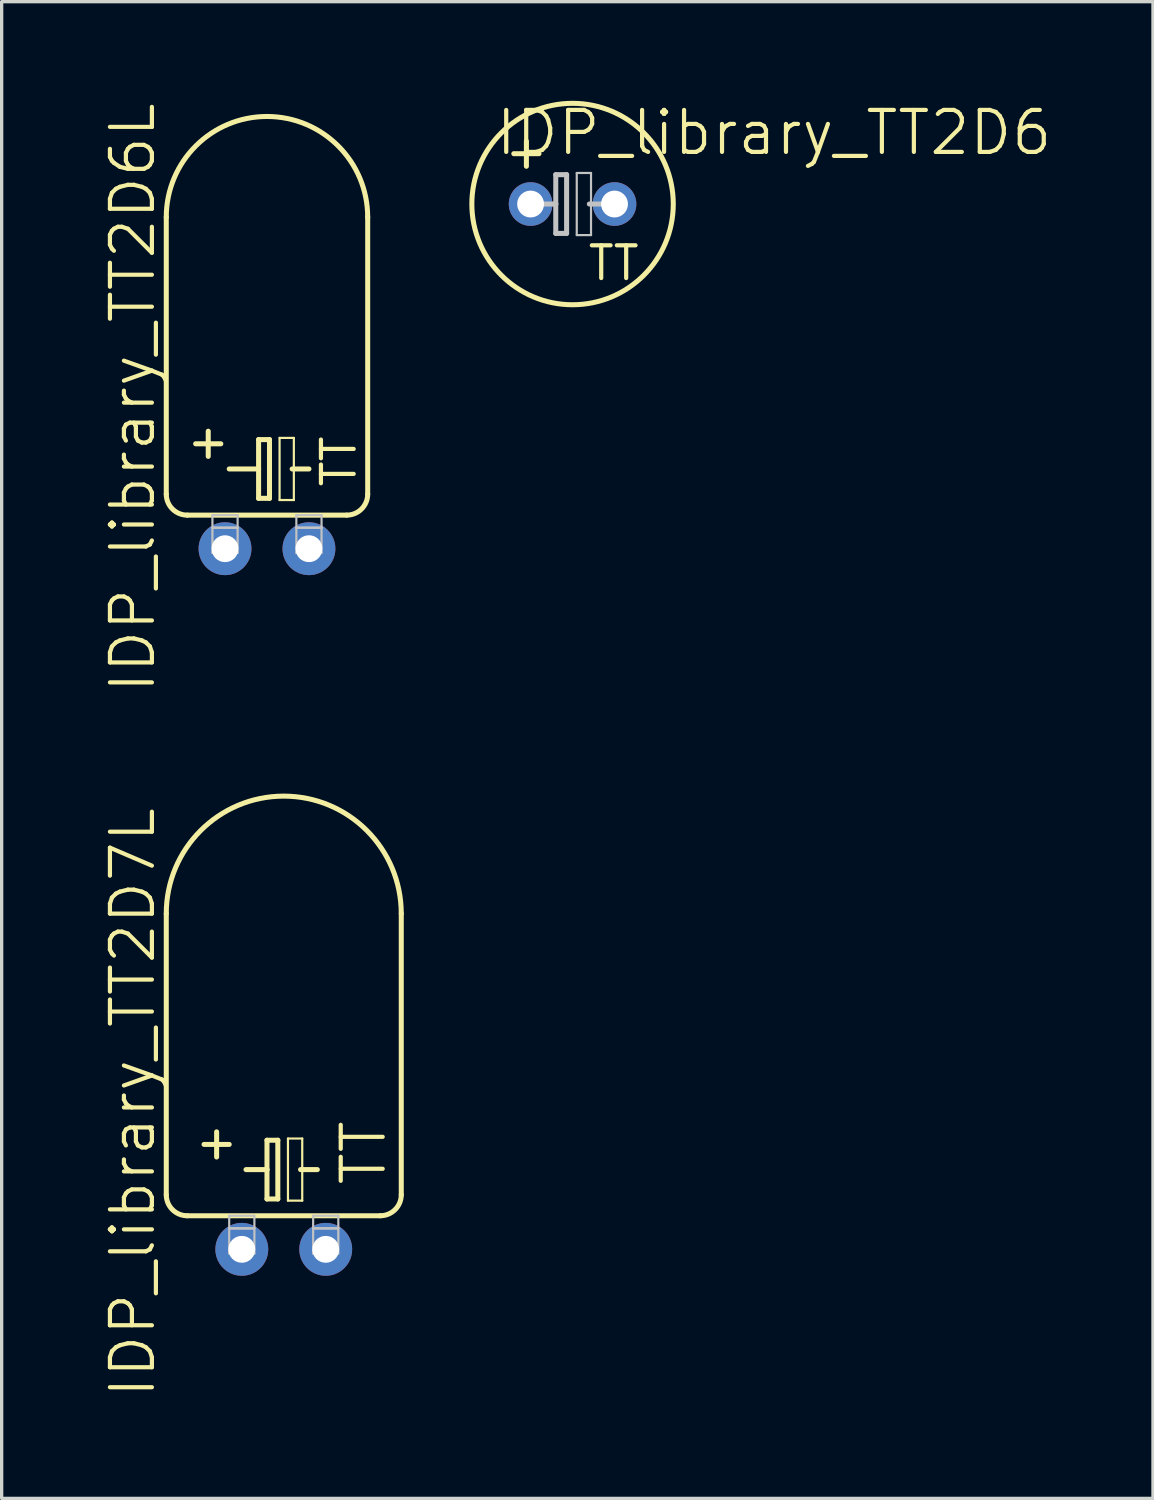
<source format=kicad_pcb>
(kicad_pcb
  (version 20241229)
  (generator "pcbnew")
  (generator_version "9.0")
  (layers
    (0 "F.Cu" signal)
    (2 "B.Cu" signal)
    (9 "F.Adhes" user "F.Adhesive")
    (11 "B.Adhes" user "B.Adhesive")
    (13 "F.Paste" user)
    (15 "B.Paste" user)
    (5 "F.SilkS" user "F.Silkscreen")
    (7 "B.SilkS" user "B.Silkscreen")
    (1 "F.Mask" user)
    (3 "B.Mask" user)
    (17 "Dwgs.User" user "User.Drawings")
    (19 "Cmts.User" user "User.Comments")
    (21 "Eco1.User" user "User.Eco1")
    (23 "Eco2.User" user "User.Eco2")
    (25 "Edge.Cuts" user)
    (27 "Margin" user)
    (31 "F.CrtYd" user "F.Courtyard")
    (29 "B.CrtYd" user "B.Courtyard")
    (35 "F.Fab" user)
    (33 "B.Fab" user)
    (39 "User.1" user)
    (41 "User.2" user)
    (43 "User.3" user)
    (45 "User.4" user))
  (footprint "IDP_library_TT2D7L"
    (layer "F.Cu")
    (at 4.268 34.76)
    (property "Reference" "IDP_library_TT2D7L" (at -3.302 -4.445 90) (layer "F.SilkS") (effects (font (size 1.27 1.27) (thickness 0.127))))
    (attr exclude_from_pos_files exclude_from_bom)
    (fp_line (start -2.286 -10.16) (end -2.286 -1.651) (stroke (width 0.152) (type solid)) (layer "F.SilkS"))
    (fp_line (start -1.651 -1.016) (end 4.191 -1.016) (stroke (width 0.152) (type solid)) (layer "F.SilkS"))
    (fp_line (start -1.143 -3.175) (end -0.381 -3.175) (stroke (width 0.152) (type solid)) (layer "F.SilkS"))
    (fp_line (start -0.762 -2.794) (end -0.762 -3.556) (stroke (width 0.152) (type solid)) (layer "F.SilkS"))
    (fp_line (start 0.127 -2.413) (end 0.762 -2.413) (stroke (width 0.152) (type solid)) (layer "F.SilkS"))
    (fp_line (start 0.762 -3.302) (end 0.762 -2.413) (stroke (width 0.152) (type solid)) (layer "F.SilkS"))
    (fp_line (start 0.762 -2.413) (end 0.762 -1.524) (stroke (width 0.152) (type solid)) (layer "F.SilkS"))
    (fp_line (start 0.762 -1.524) (end 1.09 -1.524) (stroke (width 0.152) (type solid)) (layer "F.SilkS"))
    (fp_line (start 1.09 -3.302) (end 0.762 -3.302) (stroke (width 0.152) (type solid)) (layer "F.SilkS"))
    (fp_line (start 1.09 -1.524) (end 1.09 -3.302) (stroke (width 0.152) (type solid)) (layer "F.SilkS"))
    (fp_line (start 1.397 -3.353) (end 1.829 -3.353) (stroke (width 0.066) (type solid)) (layer "F.SilkS"))
    (fp_line (start 1.397 -1.473) (end 1.397 -3.353) (stroke (width 0.066) (type solid)) (layer "F.SilkS"))
    (fp_line (start 1.397 -1.473) (end 1.829 -1.473) (stroke (width 0.066) (type solid)) (layer "F.SilkS"))
    (fp_line (start 1.778 -2.413) (end 2.286 -2.413) (stroke (width 0.152) (type solid)) (layer "F.SilkS"))
    (fp_line (start 1.829 -1.473) (end 1.829 -3.353) (stroke (width 0.066) (type solid)) (layer "F.SilkS"))
    (fp_line (start 4.826 -10.16) (end 4.826 -1.651) (stroke (width 0.152) (type solid)) (layer "F.SilkS"))
    (fp_arc (start -2.286 -10.16) (mid 1.27 -13.716) (end 4.826 -10.16) (stroke (width 0.1524) (type solid)) (layer "F.SilkS"))
    (fp_arc (start -1.651 -1.016) (mid -2.100013 -1.201987) (end -2.286 -1.651) (stroke (width 0.1524) (type solid)) (layer "F.SilkS"))
    (fp_arc (start 4.826 -1.651) (mid 4.640013 -1.201987) (end 4.191 -1.016) (stroke (width 0.1524) (type solid)) (layer "F.SilkS"))
    (fp_line (start -0.381 -1.016) (end 0.381 -1.016) (stroke (width 0.066) (type solid)) (layer "Dwgs.User"))
    (fp_line (start -0.381 -0.635) (end -0.381 -1.016) (stroke (width 0.066) (type solid)) (layer "Dwgs.User"))
    (fp_line (start -0.381 -0.635) (end 0.381 -0.635) (stroke (width 0.066) (type solid)) (layer "Dwgs.User"))
    (fp_line (start -0.381 -0.635) (end 0.381 -0.635) (stroke (width 0.066) (type solid)) (layer "Dwgs.User"))
    (fp_line (start -0.381 0.127) (end -0.381 -0.635) (stroke (width 0.066) (type solid)) (layer "Dwgs.User"))
    (fp_line (start -0.381 0.127) (end 0.381 0.127) (stroke (width 0.066) (type solid)) (layer "Dwgs.User"))
    (fp_line (start 0.381 -0.635) (end 0.381 -1.016) (stroke (width 0.066) (type solid)) (layer "Dwgs.User"))
    (fp_line (start 0.381 0.127) (end 0.381 -0.635) (stroke (width 0.066) (type solid)) (layer "Dwgs.User"))
    (fp_line (start 2.159 -1.016) (end 2.921 -1.016) (stroke (width 0.066) (type solid)) (layer "Dwgs.User"))
    (fp_line (start 2.159 -0.635) (end 2.159 -1.016) (stroke (width 0.066) (type solid)) (layer "Dwgs.User"))
    (fp_line (start 2.159 -0.635) (end 2.921 -0.635) (stroke (width 0.066) (type solid)) (layer "Dwgs.User"))
    (fp_line (start 2.159 -0.635) (end 2.921 -0.635) (stroke (width 0.066) (type solid)) (layer "Dwgs.User"))
    (fp_line (start 2.159 0.127) (end 2.159 -0.635) (stroke (width 0.066) (type solid)) (layer "Dwgs.User"))
    (fp_line (start 2.159 0.127) (end 2.921 0.127) (stroke (width 0.066) (type solid)) (layer "Dwgs.User"))
    (fp_line (start 2.921 -0.635) (end 2.921 -1.016) (stroke (width 0.066) (type solid)) (layer "Dwgs.User"))
    (fp_line (start 2.921 0.127) (end 2.921 -0.635) (stroke (width 0.066) (type solid)) (layer "Dwgs.User"))
    (fp_text user "TT" (at 3.683 -2.921 90) (layer "F.SilkS") (effects (font (size 1.27 1.27) (thickness 0.127))))
    (pad "+" thru_hole circle (at 0 0) (size 1.6 1.6) (drill 0.813) (layers "*.Cu" "*.Paste" "*.Mask"))
    (pad "-" thru_hole circle (at 2.54 0) (size 1.6 1.6) (drill 0.813) (layers "*.Cu" "*.Paste" "*.Mask")))
  (footprint "IDP_library_TT2D6L"
    (layer "F.Cu")
    (at 3.76 13.556)
    (property "Reference" "IDP_library_TT2D6L" (at -2.794 -4.572 90) (layer "F.SilkS") (effects (font (size 1.27 1.27) (thickness 0.127))))
    (attr exclude_from_pos_files exclude_from_bom)
    (fp_line (start -1.778 -10.033) (end -1.778 -1.651) (stroke (width 0.152) (type solid)) (layer "F.SilkS"))
    (fp_line (start -1.143 -1.016) (end 3.683 -1.016) (stroke (width 0.152) (type solid)) (layer "F.SilkS"))
    (fp_line (start -0.889 -3.175) (end -0.127 -3.175) (stroke (width 0.152) (type solid)) (layer "F.SilkS"))
    (fp_line (start -0.508 -2.794) (end -0.508 -3.556) (stroke (width 0.152) (type solid)) (layer "F.SilkS"))
    (fp_line (start 0.127 -2.413) (end 1.016 -2.413) (stroke (width 0.152) (type solid)) (layer "F.SilkS"))
    (fp_line (start 1.016 -3.302) (end 1.016 -2.413) (stroke (width 0.152) (type solid)) (layer "F.SilkS"))
    (fp_line (start 1.016 -2.413) (end 1.016 -1.524) (stroke (width 0.152) (type solid)) (layer "F.SilkS"))
    (fp_line (start 1.016 -1.524) (end 1.346 -1.524) (stroke (width 0.152) (type solid)) (layer "F.SilkS"))
    (fp_line (start 1.346 -3.302) (end 1.016 -3.302) (stroke (width 0.152) (type solid)) (layer "F.SilkS"))
    (fp_line (start 1.346 -1.524) (end 1.346 -3.302) (stroke (width 0.152) (type solid)) (layer "F.SilkS"))
    (fp_line (start 1.651 -3.353) (end 2.083 -3.353) (stroke (width 0.066) (type solid)) (layer "F.SilkS"))
    (fp_line (start 1.651 -1.473) (end 1.651 -3.353) (stroke (width 0.066) (type solid)) (layer "F.SilkS"))
    (fp_line (start 1.651 -1.473) (end 2.083 -1.473) (stroke (width 0.066) (type solid)) (layer "F.SilkS"))
    (fp_line (start 2.032 -2.413) (end 2.54 -2.413) (stroke (width 0.152) (type solid)) (layer "F.SilkS"))
    (fp_line (start 2.083 -1.473) (end 2.083 -3.353) (stroke (width 0.066) (type solid)) (layer "F.SilkS"))
    (fp_line (start 4.318 -10.033) (end 4.318 -1.651) (stroke (width 0.152) (type solid)) (layer "F.SilkS"))
    (fp_arc (start -1.778 -10.033) (mid 1.27 -13.081) (end 4.318 -10.033) (stroke (width 0.1524) (type solid)) (layer "F.SilkS"))
    (fp_arc (start -1.143 -1.016) (mid -1.592013 -1.201987) (end -1.778 -1.651) (stroke (width 0.1524) (type solid)) (layer "F.SilkS"))
    (fp_arc (start 4.318 -1.651) (mid 4.132013 -1.201987) (end 3.683 -1.016) (stroke (width 0.1524) (type solid)) (layer "F.SilkS"))
    (fp_line (start -0.381 -1.016) (end 0.381 -1.016) (stroke (width 0.066) (type solid)) (layer "Dwgs.User"))
    (fp_line (start -0.381 -0.635) (end -0.381 -1.016) (stroke (width 0.066) (type solid)) (layer "Dwgs.User"))
    (fp_line (start -0.381 -0.635) (end 0.381 -0.635) (stroke (width 0.066) (type solid)) (layer "Dwgs.User"))
    (fp_line (start -0.381 -0.635) (end 0.381 -0.635) (stroke (width 0.066) (type solid)) (layer "Dwgs.User"))
    (fp_line (start -0.381 0.127) (end -0.381 -0.635) (stroke (width 0.066) (type solid)) (layer "Dwgs.User"))
    (fp_line (start -0.381 0.127) (end 0.381 0.127) (stroke (width 0.066) (type solid)) (layer "Dwgs.User"))
    (fp_line (start 0.381 -0.635) (end 0.381 -1.016) (stroke (width 0.066) (type solid)) (layer "Dwgs.User"))
    (fp_line (start 0.381 0.127) (end 0.381 -0.635) (stroke (width 0.066) (type solid)) (layer "Dwgs.User"))
    (fp_line (start 2.159 -1.016) (end 2.921 -1.016) (stroke (width 0.066) (type solid)) (layer "Dwgs.User"))
    (fp_line (start 2.159 -0.635) (end 2.159 -1.016) (stroke (width 0.066) (type solid)) (layer "Dwgs.User"))
    (fp_line (start 2.159 -0.635) (end 2.921 -0.635) (stroke (width 0.066) (type solid)) (layer "Dwgs.User"))
    (fp_line (start 2.159 -0.635) (end 2.921 -0.635) (stroke (width 0.066) (type solid)) (layer "Dwgs.User"))
    (fp_line (start 2.159 0.127) (end 2.159 -0.635) (stroke (width 0.066) (type solid)) (layer "Dwgs.User"))
    (fp_line (start 2.159 0.127) (end 2.921 0.127) (stroke (width 0.066) (type solid)) (layer "Dwgs.User"))
    (fp_line (start 2.921 -0.635) (end 2.921 -1.016) (stroke (width 0.066) (type solid)) (layer "Dwgs.User"))
    (fp_line (start 2.921 0.127) (end 2.921 -0.635) (stroke (width 0.066) (type solid)) (layer "Dwgs.User"))
    (fp_text user "TT" (at 3.442 -2.642 90) (layer "F.SilkS") (effects (font (size 0.991 0.991) (thickness 0.127))))
    (pad "+" thru_hole circle (at 0 0) (size 1.6 1.6) (drill 0.813) (layers "*.Cu" "*.Paste" "*.Mask"))
    (pad "-" thru_hole circle (at 2.54 0) (size 1.6 1.6) (drill 0.813) (layers "*.Cu" "*.Paste" "*.Mask")))
  (footprint "IDP_library_TT2D6"
    (layer "F.Cu")
    (at 13.008 3.125)
    (property "Reference" "IDP_library_TT2D6" (at 7.366 -2.159 0) (layer "F.SilkS") (effects (font (size 1.27 1.27) (thickness 0.127))))
    (attr exclude_from_pos_files exclude_from_bom)
    (fp_line (start -0.508 -1.524) (end 0.254 -1.524) (stroke (width 0.152) (type solid)) (layer "F.SilkS"))
    (fp_line (start -0.127 -1.143) (end -0.127 -1.905) (stroke (width 0.152) (type solid)) (layer "F.SilkS"))
    (fp_circle (center 1.27 0) (end 1.27 -3.048) (stroke (width 0.152) (type solid)) (fill no) (layer "F.SilkS"))
    (fp_line (start 0.254 0) (end 0.762 0) (stroke (width 0.152) (type solid)) (layer "Dwgs.User"))
    (fp_line (start 0.762 -0.889) (end 0.762 0) (stroke (width 0.152) (type solid)) (layer "Dwgs.User"))
    (fp_line (start 0.762 0) (end 0.762 0.889) (stroke (width 0.152) (type solid)) (layer "Dwgs.User"))
    (fp_line (start 0.762 0.889) (end 1.09 0.889) (stroke (width 0.152) (type solid)) (layer "Dwgs.User"))
    (fp_line (start 1.09 -0.889) (end 0.762 -0.889) (stroke (width 0.152) (type solid)) (layer "Dwgs.User"))
    (fp_line (start 1.09 0.889) (end 1.09 -0.889) (stroke (width 0.152) (type solid)) (layer "Dwgs.User"))
    (fp_line (start 1.397 -0.94) (end 1.829 -0.94) (stroke (width 0.066) (type solid)) (layer "Dwgs.User"))
    (fp_line (start 1.397 0.94) (end 1.397 -0.94) (stroke (width 0.066) (type solid)) (layer "Dwgs.User"))
    (fp_line (start 1.397 0.94) (end 1.829 0.94) (stroke (width 0.066) (type solid)) (layer "Dwgs.User"))
    (fp_line (start 1.778 0) (end 2.286 0) (stroke (width 0.152) (type solid)) (layer "Dwgs.User"))
    (fp_line (start 1.829 0.94) (end 1.829 -0.94) (stroke (width 0.066) (type solid)) (layer "Dwgs.User"))
    (fp_text user "TT" (at 2.515 1.788 0) (layer "F.SilkS") (effects (font (size 0.991 0.991) (thickness 0.127))))
    (pad "+" thru_hole circle (at 0 0) (size 1.321 1.321) (drill 0.813) (layers "*.Cu" "*.Paste" "*.Mask"))
    (pad "-" thru_hole circle (at 2.54 0) (size 1.321 1.321) (drill 0.813) (layers "*.Cu" "*.Paste" "*.Mask")))
  (gr_rect
    (start -3 -3)
    (end 31.844 42.298)
    (stroke (width 0.1) (type default))
    (fill no)
    (layer "Edge.Cuts")))
</source>
